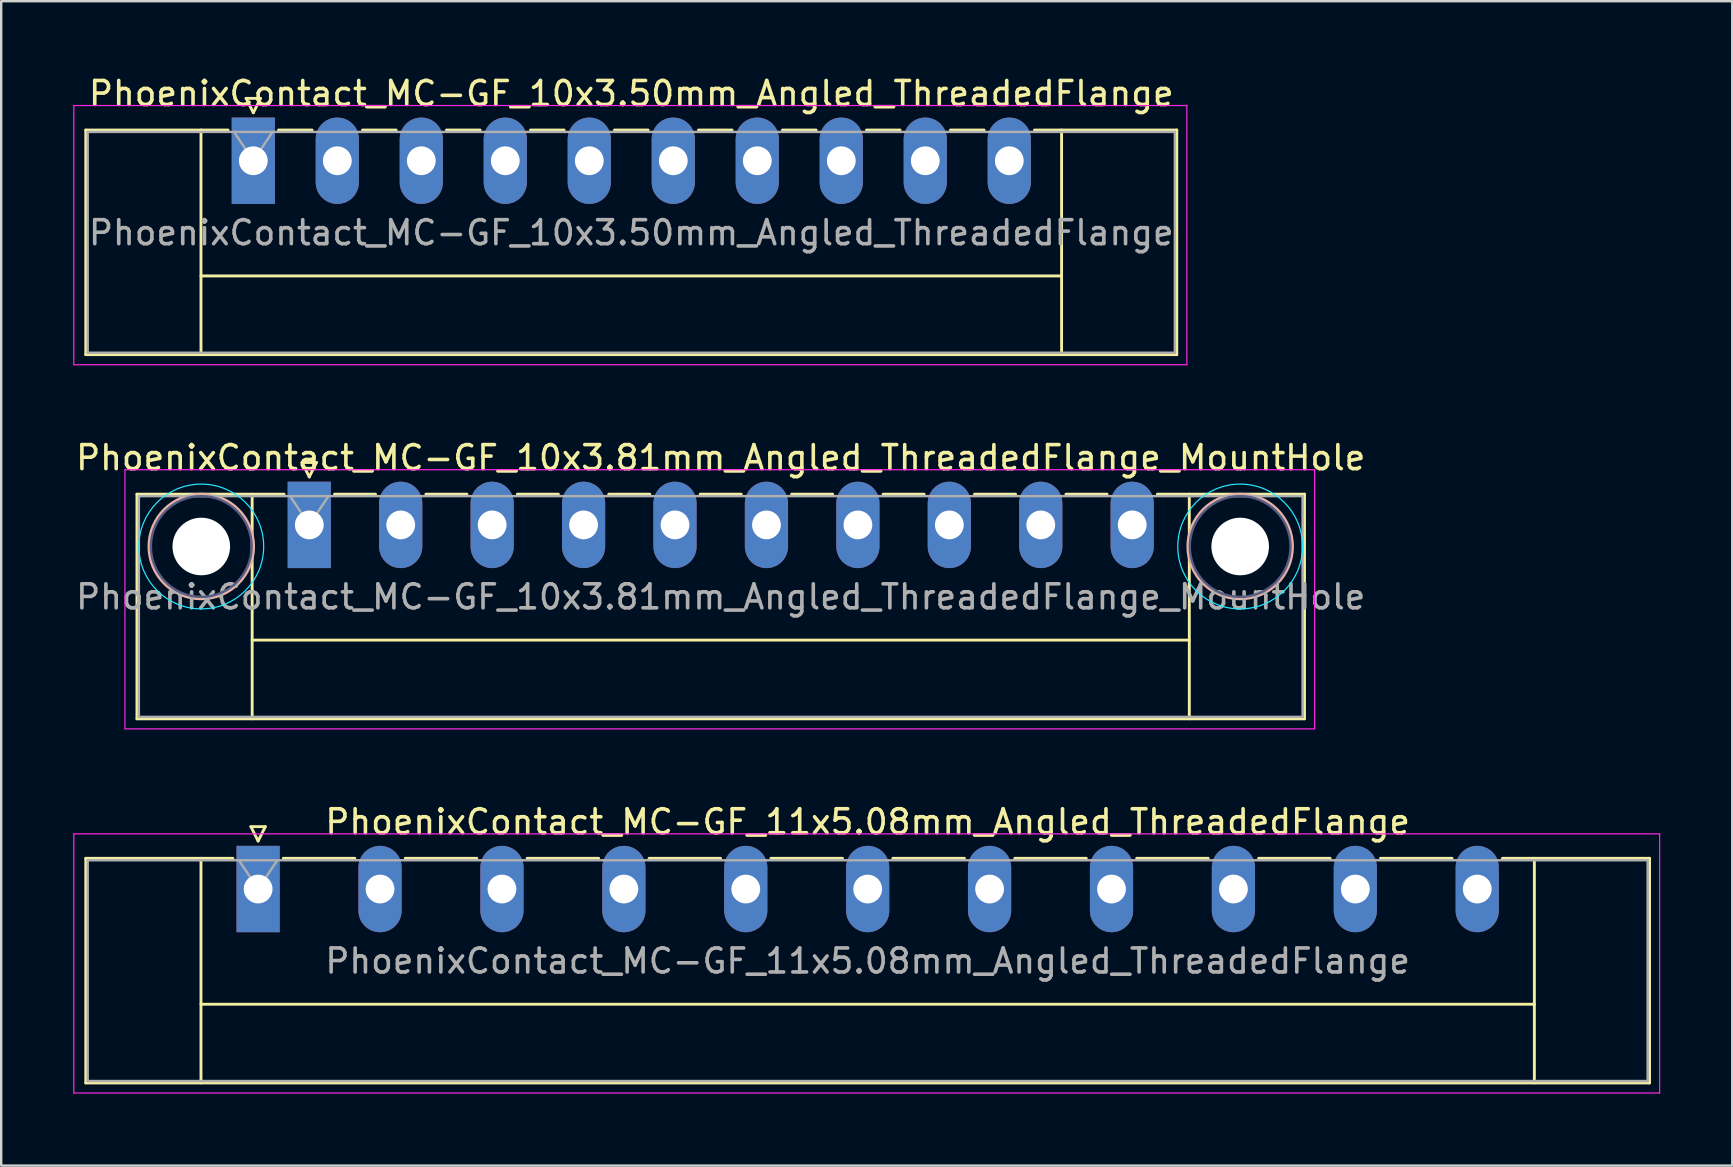
<source format=kicad_pcb>
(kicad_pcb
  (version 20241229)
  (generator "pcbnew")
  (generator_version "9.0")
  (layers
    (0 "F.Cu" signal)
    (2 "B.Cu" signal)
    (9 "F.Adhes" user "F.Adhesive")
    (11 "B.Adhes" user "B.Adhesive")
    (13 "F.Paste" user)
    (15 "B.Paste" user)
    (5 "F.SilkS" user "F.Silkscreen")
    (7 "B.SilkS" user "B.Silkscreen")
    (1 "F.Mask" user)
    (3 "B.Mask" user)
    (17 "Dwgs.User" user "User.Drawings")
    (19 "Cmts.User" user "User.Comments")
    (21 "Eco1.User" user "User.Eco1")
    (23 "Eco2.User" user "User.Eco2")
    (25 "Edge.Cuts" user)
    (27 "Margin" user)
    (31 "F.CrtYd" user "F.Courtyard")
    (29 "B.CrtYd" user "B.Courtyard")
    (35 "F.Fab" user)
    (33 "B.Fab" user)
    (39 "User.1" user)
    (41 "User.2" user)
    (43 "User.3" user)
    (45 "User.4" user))
  (footprint "PhoenixContact_MC-GF_10x3.50mm_Angled_ThreadedFlange"
    (layer "F.Cu")
    (at 7.505 3.648)
    (property "Reference" "PhoenixContact_MC-GF_10x3.50mm_Angled_ThreadedFlange" (at 15.75 -2.8 0) (layer "F.SilkS") (effects (font (size 1 1) (thickness 0.15))))
    (attr through_hole)
    (fp_line (start -6.98 -1.28) (end -6.98 8.08) (stroke (width 0.12) (type solid)) (layer "F.SilkS"))
    (fp_line (start -6.98 -1.28) (end -1.05 -1.28) (stroke (width 0.12) (type solid)) (layer "F.SilkS"))
    (fp_line (start -6.98 8.08) (end 38.48 8.08) (stroke (width 0.12) (type solid)) (layer "F.SilkS"))
    (fp_line (start -2.18 -1.28) (end -2.18 8.08) (stroke (width 0.12) (type solid)) (layer "F.SilkS"))
    (fp_line (start -2.18 4.8) (end 33.68 4.8) (stroke (width 0.12) (type solid)) (layer "F.SilkS"))
    (fp_line (start -0.3 -2.6) (end 0.3 -2.6) (stroke (width 0.12) (type solid)) (layer "F.SilkS"))
    (fp_line (start 0 -2) (end -0.3 -2.6) (stroke (width 0.12) (type solid)) (layer "F.SilkS"))
    (fp_line (start 0.3 -2.6) (end 0 -2) (stroke (width 0.12) (type solid)) (layer "F.SilkS"))
    (fp_line (start 1.05 -1.28) (end 2.45 -1.28) (stroke (width 0.12) (type solid)) (layer "F.SilkS"))
    (fp_line (start 4.55 -1.28) (end 5.95 -1.28) (stroke (width 0.12) (type solid)) (layer "F.SilkS"))
    (fp_line (start 8.05 -1.28) (end 9.45 -1.28) (stroke (width 0.12) (type solid)) (layer "F.SilkS"))
    (fp_line (start 11.55 -1.28) (end 12.95 -1.28) (stroke (width 0.12) (type solid)) (layer "F.SilkS"))
    (fp_line (start 15.05 -1.28) (end 16.45 -1.28) (stroke (width 0.12) (type solid)) (layer "F.SilkS"))
    (fp_line (start 18.55 -1.28) (end 19.95 -1.28) (stroke (width 0.12) (type solid)) (layer "F.SilkS"))
    (fp_line (start 22.05 -1.28) (end 23.45 -1.28) (stroke (width 0.12) (type solid)) (layer "F.SilkS"))
    (fp_line (start 25.55 -1.28) (end 26.95 -1.28) (stroke (width 0.12) (type solid)) (layer "F.SilkS"))
    (fp_line (start 29.05 -1.28) (end 30.45 -1.28) (stroke (width 0.12) (type solid)) (layer "F.SilkS"))
    (fp_line (start 33.68 -1.28) (end 33.68 8.08) (stroke (width 0.12) (type solid)) (layer "F.SilkS"))
    (fp_line (start 38.48 -1.28) (end 32.55 -1.28) (stroke (width 0.12) (type solid)) (layer "F.SilkS"))
    (fp_line (start 38.48 8.08) (end 38.48 -1.28) (stroke (width 0.12) (type solid)) (layer "F.SilkS"))
    (fp_line (start -7.48 -2.3) (end -7.48 8.5) (stroke (width 0.05) (type solid)) (layer "F.CrtYd"))
    (fp_line (start -7.48 8.5) (end 38.9 8.5) (stroke (width 0.05) (type solid)) (layer "F.CrtYd"))
    (fp_line (start 38.9 -2.3) (end -7.48 -2.3) (stroke (width 0.05) (type solid)) (layer "F.CrtYd"))
    (fp_line (start 38.9 8.5) (end 38.9 -2.3) (stroke (width 0.05) (type solid)) (layer "F.CrtYd"))
    (fp_line (start -6.9 -1.2) (end -6.9 8) (stroke (width 0.1) (type solid)) (layer "F.Fab"))
    (fp_line (start -6.9 8) (end 38.4 8) (stroke (width 0.1) (type solid)) (layer "F.Fab"))
    (fp_line (start 0 0) (end -0.8 -1.2) (stroke (width 0.1) (type solid)) (layer "F.Fab"))
    (fp_line (start 0.8 -1.2) (end 0 0) (stroke (width 0.1) (type solid)) (layer "F.Fab"))
    (fp_line (start 38.4 -1.2) (end -6.9 -1.2) (stroke (width 0.1) (type solid)) (layer "F.Fab"))
    (fp_line (start 38.4 8) (end 38.4 -1.2) (stroke (width 0.1) (type solid)) (layer "F.Fab"))
    (fp_text user "${REFERENCE}" (at 15.75 3 0) (layer "F.Fab") (effects (font (size 1 1) (thickness 0.15))))
    (pad "1" thru_hole rect (at 0 0) (size 1.8 3.6) (drill 1.2) (layers "*.Cu" "*.Mask"))
    (pad "2" thru_hole oval (at 3.5 0) (size 1.8 3.6) (drill 1.2) (layers "*.Cu" "*.Mask"))
    (pad "3" thru_hole oval (at 7 0) (size 1.8 3.6) (drill 1.2) (layers "*.Cu" "*.Mask"))
    (pad "4" thru_hole oval (at 10.5 0) (size 1.8 3.6) (drill 1.2) (layers "*.Cu" "*.Mask"))
    (pad "5" thru_hole oval (at 14 0) (size 1.8 3.6) (drill 1.2) (layers "*.Cu" "*.Mask"))
    (pad "6" thru_hole oval (at 17.5 0) (size 1.8 3.6) (drill 1.2) (layers "*.Cu" "*.Mask"))
    (pad "7" thru_hole oval (at 21 0) (size 1.8 3.6) (drill 1.2) (layers "*.Cu" "*.Mask"))
    (pad "8" thru_hole oval (at 24.5 0) (size 1.8 3.6) (drill 1.2) (layers "*.Cu" "*.Mask"))
    (pad "9" thru_hole oval (at 28 0) (size 1.8 3.6) (drill 1.2) (layers "*.Cu" "*.Mask"))
    (pad "10" thru_hole oval (at 31.5 0) (size 1.8 3.6) (drill 1.2) (layers "*.Cu" "*.Mask")))
  (footprint "PhoenixContact_MC-GF_10x3.81mm_Angled_ThreadedFlange_MountHole"
    (layer "F.Cu")
    (at 9.837 18.822)
    (property "Reference" "PhoenixContact_MC-GF_10x3.81mm_Angled_ThreadedFlange_MountHole" (at 17.145 -2.8 0) (layer "F.SilkS") (effects (font (size 1 1) (thickness 0.15))))
    (attr through_hole)
    (fp_line (start -7.18 -1.28) (end -7.18 8.08) (stroke (width 0.12) (type solid)) (layer "F.SilkS"))
    (fp_line (start -7.18 -1.28) (end -1.05 -1.28) (stroke (width 0.12) (type solid)) (layer "F.SilkS"))
    (fp_line (start -7.18 8.08) (end 41.47 8.08) (stroke (width 0.12) (type solid)) (layer "F.SilkS"))
    (fp_line (start -2.38 -1.28) (end -2.38 8.08) (stroke (width 0.12) (type solid)) (layer "F.SilkS"))
    (fp_line (start -2.38 4.8) (end 36.67 4.8) (stroke (width 0.12) (type solid)) (layer "F.SilkS"))
    (fp_line (start -0.3 -2.6) (end 0.3 -2.6) (stroke (width 0.12) (type solid)) (layer "F.SilkS"))
    (fp_line (start 0 -2) (end -0.3 -2.6) (stroke (width 0.12) (type solid)) (layer "F.SilkS"))
    (fp_line (start 0.3 -2.6) (end 0 -2) (stroke (width 0.12) (type solid)) (layer "F.SilkS"))
    (fp_line (start 1.05 -1.28) (end 2.76 -1.28) (stroke (width 0.12) (type solid)) (layer "F.SilkS"))
    (fp_line (start 4.86 -1.28) (end 6.57 -1.28) (stroke (width 0.12) (type solid)) (layer "F.SilkS"))
    (fp_line (start 8.67 -1.28) (end 10.38 -1.28) (stroke (width 0.12) (type solid)) (layer "F.SilkS"))
    (fp_line (start 12.48 -1.28) (end 14.19 -1.28) (stroke (width 0.12) (type solid)) (layer "F.SilkS"))
    (fp_line (start 16.29 -1.28) (end 18 -1.28) (stroke (width 0.12) (type solid)) (layer "F.SilkS"))
    (fp_line (start 20.1 -1.28) (end 21.81 -1.28) (stroke (width 0.12) (type solid)) (layer "F.SilkS"))
    (fp_line (start 23.91 -1.28) (end 25.62 -1.28) (stroke (width 0.12) (type solid)) (layer "F.SilkS"))
    (fp_line (start 27.72 -1.28) (end 29.43 -1.28) (stroke (width 0.12) (type solid)) (layer "F.SilkS"))
    (fp_line (start 31.53 -1.28) (end 33.24 -1.28) (stroke (width 0.12) (type solid)) (layer "F.SilkS"))
    (fp_line (start 36.67 -1.28) (end 36.67 8.08) (stroke (width 0.12) (type solid)) (layer "F.SilkS"))
    (fp_line (start 41.47 -1.28) (end 35.34 -1.28) (stroke (width 0.12) (type solid)) (layer "F.SilkS"))
    (fp_line (start 41.47 8.08) (end 41.47 -1.28) (stroke (width 0.12) (type solid)) (layer "F.SilkS"))
    (fp_circle (center -4.5 0.9) (end -2.32 0.9) (stroke (width 0.12) (type solid)) (fill no) (layer "B.SilkS"))
    (fp_circle (center 38.79 0.9) (end 40.97 0.9) (stroke (width 0.12) (type solid)) (fill no) (layer "B.SilkS"))
    (fp_circle (center -4.5 0.9) (end -1.9 0.9) (stroke (width 0.05) (type solid)) (fill no) (layer "B.CrtYd"))
    (fp_circle (center 38.79 0.9) (end 41.39 0.9) (stroke (width 0.05) (type solid)) (fill no) (layer "B.CrtYd"))
    (fp_line (start -7.68 -2.3) (end -7.68 8.5) (stroke (width 0.05) (type solid)) (layer "F.CrtYd"))
    (fp_line (start -7.68 8.5) (end 41.89 8.5) (stroke (width 0.05) (type solid)) (layer "F.CrtYd"))
    (fp_line (start 41.89 -2.3) (end -7.68 -2.3) (stroke (width 0.05) (type solid)) (layer "F.CrtYd"))
    (fp_line (start 41.89 8.5) (end 41.89 -2.3) (stroke (width 0.05) (type solid)) (layer "F.CrtYd"))
    (fp_circle (center -4.5 0.9) (end -2.4 0.9) (stroke (width 0.1) (type solid)) (fill no) (layer "B.Fab"))
    (fp_circle (center 38.79 0.9) (end 40.89 0.9) (stroke (width 0.1) (type solid)) (fill no) (layer "B.Fab"))
    (fp_line (start -7.1 -1.2) (end -7.1 8) (stroke (width 0.1) (type solid)) (layer "F.Fab"))
    (fp_line (start -7.1 8) (end 41.39 8) (stroke (width 0.1) (type solid)) (layer "F.Fab"))
    (fp_line (start 0 0) (end -0.8 -1.2) (stroke (width 0.1) (type solid)) (layer "F.Fab"))
    (fp_line (start 0.8 -1.2) (end 0 0) (stroke (width 0.1) (type solid)) (layer "F.Fab"))
    (fp_line (start 41.39 -1.2) (end -7.1 -1.2) (stroke (width 0.1) (type solid)) (layer "F.Fab"))
    (fp_line (start 41.39 8) (end 41.39 -1.2) (stroke (width 0.1) (type solid)) (layer "F.Fab"))
    (fp_text user "${REFERENCE}" (at 17.145 3 0) (layer "F.Fab") (effects (font (size 1 1) (thickness 0.15))))
    (pad "" np_thru_hole circle (at -4.5 0.9) (size 2.4 2.4) (drill 2.4) (layers "*.Cu" "*.Mask"))
    (pad "" np_thru_hole circle (at 38.79 0.9) (size 2.4 2.4) (drill 2.4) (layers "*.Cu" "*.Mask"))
    (pad "1" thru_hole rect (at 0 0) (size 1.8 3.6) (drill 1.2) (layers "*.Cu" "*.Mask"))
    (pad "2" thru_hole oval (at 3.81 0) (size 1.8 3.6) (drill 1.2) (layers "*.Cu" "*.Mask"))
    (pad "3" thru_hole oval (at 7.62 0) (size 1.8 3.6) (drill 1.2) (layers "*.Cu" "*.Mask"))
    (pad "4" thru_hole oval (at 11.43 0) (size 1.8 3.6) (drill 1.2) (layers "*.Cu" "*.Mask"))
    (pad "5" thru_hole oval (at 15.24 0) (size 1.8 3.6) (drill 1.2) (layers "*.Cu" "*.Mask"))
    (pad "6" thru_hole oval (at 19.05 0) (size 1.8 3.6) (drill 1.2) (layers "*.Cu" "*.Mask"))
    (pad "7" thru_hole oval (at 22.86 0) (size 1.8 3.6) (drill 1.2) (layers "*.Cu" "*.Mask"))
    (pad "8" thru_hole oval (at 26.67 0) (size 1.8 3.6) (drill 1.2) (layers "*.Cu" "*.Mask"))
    (pad "9" thru_hole oval (at 30.48 0) (size 1.8 3.6) (drill 1.2) (layers "*.Cu" "*.Mask"))
    (pad "10" thru_hole oval (at 34.29 0) (size 1.8 3.6) (drill 1.2) (layers "*.Cu" "*.Mask")))
  (footprint "PhoenixContact_MC-GF_11x5.08mm_Angled_ThreadedFlange"
    (layer "F.Cu")
    (at 7.705 33.995)
    (property "Reference" "PhoenixContact_MC-GF_11x5.08mm_Angled_ThreadedFlange" (at 25.4 -2.8 0) (layer "F.SilkS") (effects (font (size 1 1) (thickness 0.15))))
    (attr through_hole)
    (fp_line (start -7.18 -1.28) (end -7.18 8.08) (stroke (width 0.12) (type solid)) (layer "F.SilkS"))
    (fp_line (start -7.18 -1.28) (end -1.05 -1.28) (stroke (width 0.12) (type solid)) (layer "F.SilkS"))
    (fp_line (start -7.18 8.08) (end 57.98 8.08) (stroke (width 0.12) (type solid)) (layer "F.SilkS"))
    (fp_line (start -2.38 -1.28) (end -2.38 8.08) (stroke (width 0.12) (type solid)) (layer "F.SilkS"))
    (fp_line (start -2.38 4.8) (end 53.18 4.8) (stroke (width 0.12) (type solid)) (layer "F.SilkS"))
    (fp_line (start -0.3 -2.6) (end 0.3 -2.6) (stroke (width 0.12) (type solid)) (layer "F.SilkS"))
    (fp_line (start 0 -2) (end -0.3 -2.6) (stroke (width 0.12) (type solid)) (layer "F.SilkS"))
    (fp_line (start 0.3 -2.6) (end 0 -2) (stroke (width 0.12) (type solid)) (layer "F.SilkS"))
    (fp_line (start 1.05 -1.28) (end 4.03 -1.28) (stroke (width 0.12) (type solid)) (layer "F.SilkS"))
    (fp_line (start 6.13 -1.28) (end 9.11 -1.28) (stroke (width 0.12) (type solid)) (layer "F.SilkS"))
    (fp_line (start 11.21 -1.28) (end 14.19 -1.28) (stroke (width 0.12) (type solid)) (layer "F.SilkS"))
    (fp_line (start 16.29 -1.28) (end 19.27 -1.28) (stroke (width 0.12) (type solid)) (layer "F.SilkS"))
    (fp_line (start 21.37 -1.28) (end 24.35 -1.28) (stroke (width 0.12) (type solid)) (layer "F.SilkS"))
    (fp_line (start 26.45 -1.28) (end 29.43 -1.28) (stroke (width 0.12) (type solid)) (layer "F.SilkS"))
    (fp_line (start 31.53 -1.28) (end 34.51 -1.28) (stroke (width 0.12) (type solid)) (layer "F.SilkS"))
    (fp_line (start 36.61 -1.28) (end 39.59 -1.28) (stroke (width 0.12) (type solid)) (layer "F.SilkS"))
    (fp_line (start 41.69 -1.28) (end 44.67 -1.28) (stroke (width 0.12) (type solid)) (layer "F.SilkS"))
    (fp_line (start 46.77 -1.28) (end 49.75 -1.28) (stroke (width 0.12) (type solid)) (layer "F.SilkS"))
    (fp_line (start 53.18 -1.28) (end 53.18 8.08) (stroke (width 0.12) (type solid)) (layer "F.SilkS"))
    (fp_line (start 57.98 -1.28) (end 51.85 -1.28) (stroke (width 0.12) (type solid)) (layer "F.SilkS"))
    (fp_line (start 57.98 8.08) (end 57.98 -1.28) (stroke (width 0.12) (type solid)) (layer "F.SilkS"))
    (fp_line (start -7.68 -2.3) (end -7.68 8.5) (stroke (width 0.05) (type solid)) (layer "F.CrtYd"))
    (fp_line (start -7.68 8.5) (end 58.4 8.5) (stroke (width 0.05) (type solid)) (layer "F.CrtYd"))
    (fp_line (start 58.4 -2.3) (end -7.68 -2.3) (stroke (width 0.05) (type solid)) (layer "F.CrtYd"))
    (fp_line (start 58.4 8.5) (end 58.4 -2.3) (stroke (width 0.05) (type solid)) (layer "F.CrtYd"))
    (fp_line (start -7.1 -1.2) (end -7.1 8) (stroke (width 0.1) (type solid)) (layer "F.Fab"))
    (fp_line (start -7.1 8) (end 57.9 8) (stroke (width 0.1) (type solid)) (layer "F.Fab"))
    (fp_line (start 0 0) (end -0.8 -1.2) (stroke (width 0.1) (type solid)) (layer "F.Fab"))
    (fp_line (start 0.8 -1.2) (end 0 0) (stroke (width 0.1) (type solid)) (layer "F.Fab"))
    (fp_line (start 57.9 -1.2) (end -7.1 -1.2) (stroke (width 0.1) (type solid)) (layer "F.Fab"))
    (fp_line (start 57.9 8) (end 57.9 -1.2) (stroke (width 0.1) (type solid)) (layer "F.Fab"))
    (fp_text user "${REFERENCE}" (at 25.4 3 0) (layer "F.Fab") (effects (font (size 1 1) (thickness 0.15))))
    (pad "1" thru_hole rect (at 0 0) (size 1.8 3.6) (drill 1.2) (layers "*.Cu" "*.Mask"))
    (pad "2" thru_hole oval (at 5.08 0) (size 1.8 3.6) (drill 1.2) (layers "*.Cu" "*.Mask"))
    (pad "3" thru_hole oval (at 10.16 0) (size 1.8 3.6) (drill 1.2) (layers "*.Cu" "*.Mask"))
    (pad "4" thru_hole oval (at 15.24 0) (size 1.8 3.6) (drill 1.2) (layers "*.Cu" "*.Mask"))
    (pad "5" thru_hole oval (at 20.32 0) (size 1.8 3.6) (drill 1.2) (layers "*.Cu" "*.Mask"))
    (pad "6" thru_hole oval (at 25.4 0) (size 1.8 3.6) (drill 1.2) (layers "*.Cu" "*.Mask"))
    (pad "7" thru_hole oval (at 30.48 0) (size 1.8 3.6) (drill 1.2) (layers "*.Cu" "*.Mask"))
    (pad "8" thru_hole oval (at 35.56 0) (size 1.8 3.6) (drill 1.2) (layers "*.Cu" "*.Mask"))
    (pad "9" thru_hole oval (at 40.64 0) (size 1.8 3.6) (drill 1.2) (layers "*.Cu" "*.Mask"))
    (pad "10" thru_hole oval (at 45.72 0) (size 1.8 3.6) (drill 1.2) (layers "*.Cu" "*.Mask"))
    (pad "11" thru_hole oval (at 50.8 0) (size 1.8 3.6) (drill 1.2) (layers "*.Cu" "*.Mask")))
  (gr_rect
    (start -3 -3)
    (end 69.13 45.52)
    (stroke (width 0.1) (type default))
    (fill no)
    (layer "Edge.Cuts")))
</source>
